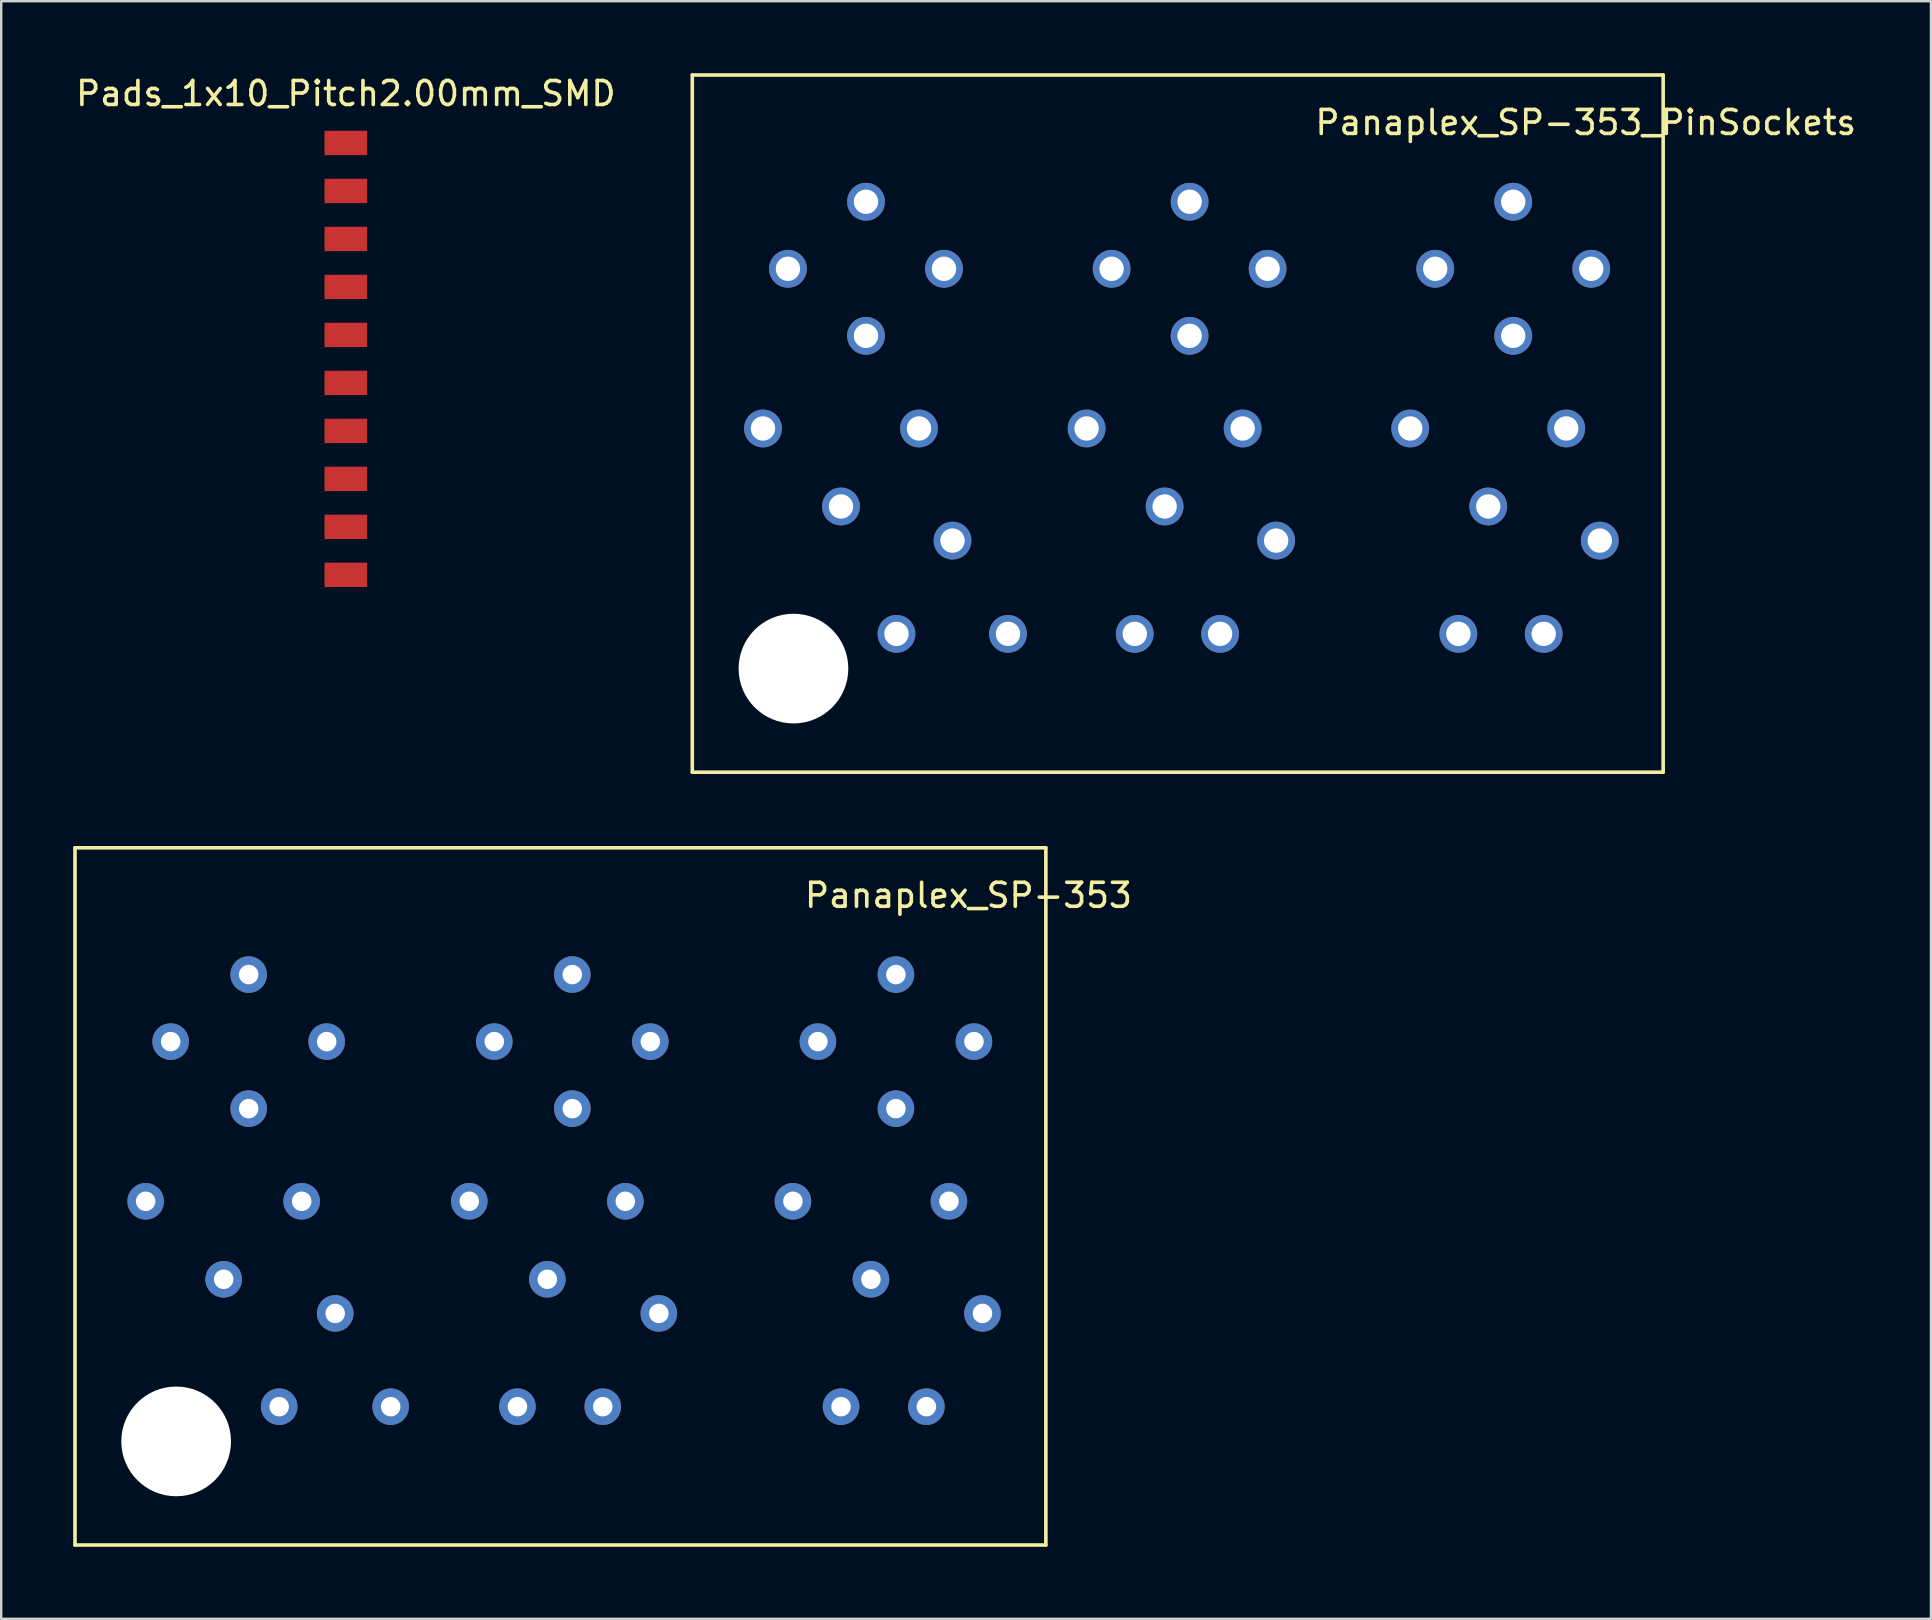
<source format=kicad_pcb>
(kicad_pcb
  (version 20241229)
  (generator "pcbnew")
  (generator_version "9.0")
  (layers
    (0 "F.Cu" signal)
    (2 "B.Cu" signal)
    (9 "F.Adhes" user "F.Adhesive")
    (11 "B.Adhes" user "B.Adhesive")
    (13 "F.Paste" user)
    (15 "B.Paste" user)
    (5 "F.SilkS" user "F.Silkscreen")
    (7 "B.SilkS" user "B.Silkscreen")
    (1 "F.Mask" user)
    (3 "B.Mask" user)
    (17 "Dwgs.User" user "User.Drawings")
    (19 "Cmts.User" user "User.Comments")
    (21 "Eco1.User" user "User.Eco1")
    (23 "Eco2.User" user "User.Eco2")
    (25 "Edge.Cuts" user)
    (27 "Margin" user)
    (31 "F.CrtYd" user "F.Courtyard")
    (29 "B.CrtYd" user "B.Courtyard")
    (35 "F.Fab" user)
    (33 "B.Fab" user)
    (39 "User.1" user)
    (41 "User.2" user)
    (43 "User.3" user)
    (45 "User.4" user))
  (footprint "Pads_1x10_Pitch2.00mm_SMD"
    (layer "F.Cu")
    (at 11.363 11.908)
    (property "Reference" "Pads_1x10_Pitch2.00mm_SMD" (at 0 -11.06 0) (layer "F.SilkS") (effects (font (size 1 1) (thickness 0.15))))
    (attr smd)
    (pad "1" smd rect (at 0 -9) (size 1.778 1.016) (layers "F.Cu" "F.Mask"))
    (pad "2" smd rect (at 0 -7) (size 1.778 1.016) (layers "F.Cu" "F.Mask"))
    (pad "3" smd rect (at 0 -5) (size 1.778 1.016) (layers "F.Cu" "F.Mask"))
    (pad "4" smd rect (at 0 -3) (size 1.778 1.016) (layers "F.Cu" "F.Mask"))
    (pad "5" smd rect (at 0 -1) (size 1.778 1.016) (layers "F.Cu" "F.Mask"))
    (pad "6" smd rect (at 0 1) (size 1.778 1.016) (layers "F.Cu" "F.Mask"))
    (pad "7" smd rect (at 0 3) (size 1.778 1.016) (layers "F.Cu" "F.Mask"))
    (pad "8" smd rect (at 0 5) (size 1.778 1.016) (layers "F.Cu" "F.Mask"))
    (pad "9" smd rect (at 0 7) (size 1.778 1.016) (layers "F.Cu" "F.Mask"))
    (pad "10" smd rect (at 0 9) (size 1.778 1.016) (layers "F.Cu" "F.Mask")))
  (footprint "Panaplex_SP-353_PinSockets"
    (layer "F.Cu")
    (at 46.528 10.946)
    (property "Reference" "Panaplex_SP-353_PinSockets" (at 16.51 -8.89 0) (layer "F.SilkS") (effects (font (size 1 1) (thickness 0.15))))
    (attr through_hole)
    (fp_line (start -20.726 -10.871) (end -20.726 18.186) (stroke (width 0.15) (type solid)) (layer "F.SilkS"))
    (fp_line (start -20.726 -10.871) (end 19.736 -10.871) (stroke (width 0.15) (type solid)) (layer "F.SilkS"))
    (fp_line (start -20.726 18.186) (end 19.736 18.186) (stroke (width 0.15) (type solid)) (layer "F.SilkS"))
    (fp_line (start 19.736 -10.871) (end 19.736 18.186) (stroke (width 0.15) (type solid)) (layer "F.SilkS"))
    (pad "" np_thru_hole circle (at -16.51 13.868) (size 4.572 4.572) (drill 4.572) (layers "*.Cu" "*.Mask"))
    (pad "A1" thru_hole circle (at 13.487 -5.588) (size 1.575 1.575) (drill 1.016) (layers "*.Cu" "*.Mask"))
    (pad "A2" thru_hole circle (at 16.739 -2.794) (size 1.575 1.575) (drill 1.016) (layers "*.Cu" "*.Mask"))
    (pad "A3" thru_hole circle (at 15.697 3.861) (size 1.575 1.575) (drill 1.016) (layers "*.Cu" "*.Mask"))
    (pad "A4" thru_hole circle (at 12.446 7.112) (size 1.575 1.575) (drill 1.016) (layers "*.Cu" "*.Mask"))
    (pad "A5" thru_hole circle (at 9.195 3.861) (size 1.575 1.575) (drill 1.016) (layers "*.Cu" "*.Mask"))
    (pad "A6" thru_hole circle (at 10.236 -2.794) (size 1.575 1.575) (drill 1.016) (layers "*.Cu" "*.Mask"))
    (pad "A7" thru_hole circle (at 13.487 0) (size 1.575 1.575) (drill 1.016) (layers "*.Cu" "*.Mask"))
    (pad "A8" thru_hole circle (at 17.094 8.534) (size 1.575 1.575) (drill 1.016) (layers "*.Cu" "*.Mask"))
    (pad "A9" thru_hole circle (at 14.757 12.421) (size 1.575 1.575) (drill 1.016) (layers "*.Cu" "*.Mask"))
    (pad "A10" thru_hole circle (at 11.201 12.421) (size 1.575 1.575) (drill 1.016) (layers "*.Cu" "*.Mask"))
    (pad "B1" thru_hole circle (at 0 -5.588) (size 1.575 1.575) (drill 1.016) (layers "*.Cu" "*.Mask"))
    (pad "B2" thru_hole circle (at 3.251 -2.794) (size 1.575 1.575) (drill 1.016) (layers "*.Cu" "*.Mask"))
    (pad "B3" thru_hole circle (at 2.21 3.861) (size 1.575 1.575) (drill 1.016) (layers "*.Cu" "*.Mask"))
    (pad "B4" thru_hole circle (at -1.041 7.112) (size 1.575 1.575) (drill 1.016) (layers "*.Cu" "*.Mask"))
    (pad "B5" thru_hole circle (at -4.293 3.861) (size 1.575 1.575) (drill 1.016) (layers "*.Cu" "*.Mask"))
    (pad "B6" thru_hole circle (at -3.251 -2.794) (size 1.575 1.575) (drill 1.016) (layers "*.Cu" "*.Mask"))
    (pad "B7" thru_hole circle (at 0 0) (size 1.575 1.575) (drill 1.016) (layers "*.Cu" "*.Mask"))
    (pad "B8" thru_hole circle (at 3.607 8.534) (size 1.575 1.575) (drill 1.016) (layers "*.Cu" "*.Mask"))
    (pad "B9" thru_hole circle (at 1.27 12.421) (size 1.575 1.575) (drill 1.016) (layers "*.Cu" "*.Mask"))
    (pad "B10" thru_hole circle (at -2.286 12.421) (size 1.575 1.575) (drill 1.016) (layers "*.Cu" "*.Mask"))
    (pad "C1" thru_hole circle (at -13.487 -5.588) (size 1.575 1.575) (drill 1.016) (layers "*.Cu" "*.Mask"))
    (pad "C2" thru_hole circle (at -10.236 -2.794) (size 1.575 1.575) (drill 1.016) (layers "*.Cu" "*.Mask"))
    (pad "C3" thru_hole circle (at -11.278 3.861) (size 1.575 1.575) (drill 1.016) (layers "*.Cu" "*.Mask"))
    (pad "C4" thru_hole circle (at -14.529 7.112) (size 1.575 1.575) (drill 1.016) (layers "*.Cu" "*.Mask"))
    (pad "C5" thru_hole circle (at -17.78 3.861) (size 1.575 1.575) (drill 1.016) (layers "*.Cu" "*.Mask"))
    (pad "C6" thru_hole circle (at -16.739 -2.794) (size 1.575 1.575) (drill 1.016) (layers "*.Cu" "*.Mask"))
    (pad "C7" thru_hole circle (at -13.487 0) (size 1.575 1.575) (drill 1.016) (layers "*.Cu" "*.Mask"))
    (pad "C8" thru_hole circle (at -9.881 8.534) (size 1.575 1.575) (drill 1.016) (layers "*.Cu" "*.Mask"))
    (pad "C9" thru_hole circle (at -12.217 12.421) (size 1.575 1.575) (drill 1.016) (layers "*.Cu" "*.Mask"))
    (pad "C10" thru_hole circle (at -7.569 12.421) (size 1.575 1.575) (drill 1.016) (layers "*.Cu" "*.Mask")))
  (footprint "Panaplex_SP-353"
    (layer "F.Cu")
    (at 20.801 43.154)
    (property "Reference" "Panaplex_SP-353" (at 16.51 -8.89 0) (layer "F.SilkS") (effects (font (size 1 1) (thickness 0.15))))
    (attr through_hole)
    (fp_line (start -20.726 -10.871) (end -20.726 18.186) (stroke (width 0.15) (type solid)) (layer "F.SilkS"))
    (fp_line (start -20.726 -10.871) (end 19.736 -10.871) (stroke (width 0.15) (type solid)) (layer "F.SilkS"))
    (fp_line (start -20.726 18.186) (end 19.736 18.186) (stroke (width 0.15) (type solid)) (layer "F.SilkS"))
    (fp_line (start 19.736 -10.871) (end 19.736 18.186) (stroke (width 0.15) (type solid)) (layer "F.SilkS"))
    (pad "" np_thru_hole circle (at -16.51 13.868) (size 4.572 4.572) (drill 4.572) (layers "*.Cu" "*.Mask"))
    (pad "A1" thru_hole circle (at 13.487 -5.588) (size 1.524 1.524) (drill 0.813) (layers "*.Cu" "*.Mask"))
    (pad "A2" thru_hole circle (at 16.739 -2.794) (size 1.524 1.524) (drill 0.813) (layers "*.Cu" "*.Mask"))
    (pad "A3" thru_hole circle (at 15.697 3.861) (size 1.524 1.524) (drill 0.813) (layers "*.Cu" "*.Mask"))
    (pad "A4" thru_hole circle (at 12.446 7.112) (size 1.524 1.524) (drill 0.813) (layers "*.Cu" "*.Mask"))
    (pad "A5" thru_hole circle (at 9.195 3.861) (size 1.524 1.524) (drill 0.813) (layers "*.Cu" "*.Mask"))
    (pad "A6" thru_hole circle (at 10.236 -2.794) (size 1.524 1.524) (drill 0.813) (layers "*.Cu" "*.Mask"))
    (pad "A7" thru_hole circle (at 13.487 0) (size 1.524 1.524) (drill 0.813) (layers "*.Cu" "*.Mask"))
    (pad "A8" thru_hole circle (at 17.094 8.534) (size 1.524 1.524) (drill 0.813) (layers "*.Cu" "*.Mask"))
    (pad "A9" thru_hole circle (at 14.757 12.421) (size 1.524 1.524) (drill 0.813) (layers "*.Cu" "*.Mask"))
    (pad "A10" thru_hole circle (at 11.201 12.421) (size 1.524 1.524) (drill 0.813) (layers "*.Cu" "*.Mask"))
    (pad "B1" thru_hole circle (at 0 -5.588) (size 1.524 1.524) (drill 0.813) (layers "*.Cu" "*.Mask"))
    (pad "B2" thru_hole circle (at 3.251 -2.794) (size 1.524 1.524) (drill 0.813) (layers "*.Cu" "*.Mask"))
    (pad "B3" thru_hole circle (at 2.21 3.861) (size 1.524 1.524) (drill 0.813) (layers "*.Cu" "*.Mask"))
    (pad "B4" thru_hole circle (at -1.041 7.112) (size 1.524 1.524) (drill 0.813) (layers "*.Cu" "*.Mask"))
    (pad "B5" thru_hole circle (at -4.293 3.861) (size 1.524 1.524) (drill 0.813) (layers "*.Cu" "*.Mask"))
    (pad "B6" thru_hole circle (at -3.251 -2.794) (size 1.524 1.524) (drill 0.813) (layers "*.Cu" "*.Mask"))
    (pad "B7" thru_hole circle (at 0 0) (size 1.524 1.524) (drill 0.813) (layers "*.Cu" "*.Mask"))
    (pad "B8" thru_hole circle (at 3.607 8.534) (size 1.524 1.524) (drill 0.813) (layers "*.Cu" "*.Mask"))
    (pad "B9" thru_hole circle (at 1.27 12.421) (size 1.524 1.524) (drill 0.813) (layers "*.Cu" "*.Mask"))
    (pad "B10" thru_hole circle (at -2.286 12.421) (size 1.524 1.524) (drill 0.813) (layers "*.Cu" "*.Mask"))
    (pad "C1" thru_hole circle (at -13.487 -5.588) (size 1.524 1.524) (drill 0.813) (layers "*.Cu" "*.Mask"))
    (pad "C2" thru_hole circle (at -10.236 -2.794) (size 1.524 1.524) (drill 0.813) (layers "*.Cu" "*.Mask"))
    (pad "C3" thru_hole circle (at -11.278 3.861) (size 1.524 1.524) (drill 0.813) (layers "*.Cu" "*.Mask"))
    (pad "C4" thru_hole circle (at -14.529 7.112) (size 1.524 1.524) (drill 0.813) (layers "*.Cu" "*.Mask"))
    (pad "C5" thru_hole circle (at -17.78 3.861) (size 1.524 1.524) (drill 0.813) (layers "*.Cu" "*.Mask"))
    (pad "C6" thru_hole circle (at -16.739 -2.794) (size 1.524 1.524) (drill 0.813) (layers "*.Cu" "*.Mask"))
    (pad "C7" thru_hole circle (at -13.487 0) (size 1.524 1.524) (drill 0.813) (layers "*.Cu" "*.Mask"))
    (pad "C8" thru_hole circle (at -9.881 8.534) (size 1.524 1.524) (drill 0.813) (layers "*.Cu" "*.Mask"))
    (pad "C9" thru_hole circle (at -12.217 12.421) (size 1.524 1.524) (drill 0.813) (layers "*.Cu" "*.Mask"))
    (pad "C10" thru_hole circle (at -7.569 12.421) (size 1.524 1.524) (drill 0.813) (layers "*.Cu" "*.Mask")))
  (gr_rect
    (start -3 -3)
    (end 77.424 64.415)
    (stroke (width 0.1) (type default))
    (fill no)
    (layer "Edge.Cuts")))
</source>
